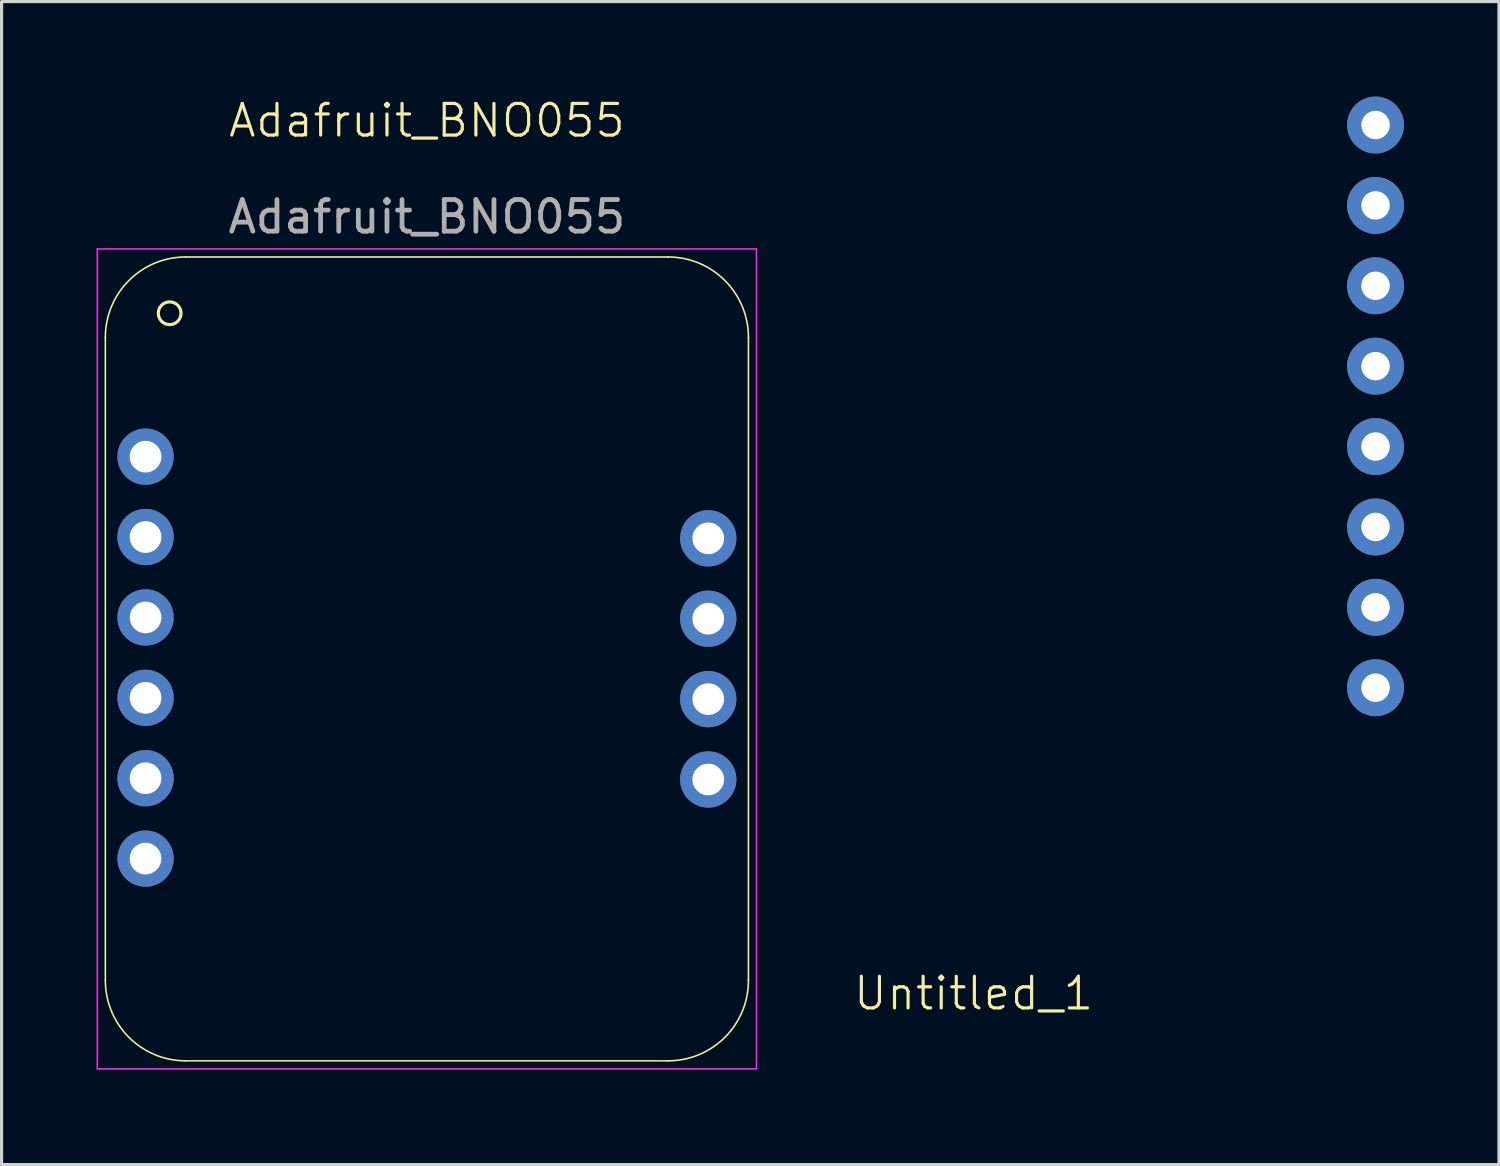
<source format=kicad_pcb>
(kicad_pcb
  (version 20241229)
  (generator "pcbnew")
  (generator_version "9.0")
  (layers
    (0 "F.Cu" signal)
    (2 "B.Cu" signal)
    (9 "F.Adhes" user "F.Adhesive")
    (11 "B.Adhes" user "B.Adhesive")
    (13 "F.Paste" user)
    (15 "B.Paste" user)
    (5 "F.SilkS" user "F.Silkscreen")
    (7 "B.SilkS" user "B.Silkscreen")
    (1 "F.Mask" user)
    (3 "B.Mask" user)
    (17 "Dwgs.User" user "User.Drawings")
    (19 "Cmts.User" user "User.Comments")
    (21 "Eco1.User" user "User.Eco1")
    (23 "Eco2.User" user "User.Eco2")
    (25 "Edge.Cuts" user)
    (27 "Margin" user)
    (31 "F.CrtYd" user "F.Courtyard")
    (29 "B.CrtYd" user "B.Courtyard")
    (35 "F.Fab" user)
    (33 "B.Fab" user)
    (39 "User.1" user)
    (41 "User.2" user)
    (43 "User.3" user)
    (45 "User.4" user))
  (footprint "Untitled_1"
    (layer "F.Cu")
    (at 27.714 28.84)
    (property "Reference" "Untitled_1" (at 0 -0.5 0) (unlocked yes) (layer "F.SilkS") (effects (font (size 1 1) (thickness 0.1))))
    (attr smd)
    (pad "1" thru_hole circle (at 12.7 -27.94) (size 1.8 1.8) (drill 0.9) (layers "*.Cu" "*.Mask"))
    (pad "2" thru_hole circle (at 12.7 -25.4) (size 1.8 1.8) (drill 0.9) (layers "*.Cu" "*.Mask"))
    (pad "3" thru_hole circle (at 12.7 -22.86) (size 1.8 1.8) (drill 0.9) (layers "*.Cu" "*.Mask"))
    (pad "4" thru_hole circle (at 12.7 -20.32) (size 1.8 1.8) (drill 0.9) (layers "*.Cu" "*.Mask"))
    (pad "5" thru_hole circle (at 12.7 -17.78) (size 1.8 1.8) (drill 0.9) (layers "*.Cu" "*.Mask"))
    (pad "6" thru_hole circle (at 12.7 -15.24) (size 1.8 1.8) (drill 0.9) (layers "*.Cu" "*.Mask"))
    (pad "7" thru_hole circle (at 12.7 -12.7) (size 1.8 1.8) (drill 0.9) (layers "*.Cu" "*.Mask"))
    (pad "8" thru_hole circle (at 12.7 -10.16) (size 1.8 1.8) (drill 0.9) (layers "*.Cu" "*.Mask")))
  (footprint "Adafruit_BNO055"
    (layer "F.Cu")
    (at 10.439 17.77)
    (property "Reference" "Adafruit_BNO055" (at 0 -17.01 0) (unlocked yes) (layer "F.SilkS") (effects (font (size 1 1) (thickness 0.1))))
    (attr smd)
    (fp_line (start -10.16 -10.16) (end -10.16 10.16) (stroke (width 0.05) (type solid)) (layer "F.SilkS"))
    (fp_line (start -7.62 12.7) (end 7.62 12.7) (stroke (width 0.05) (type solid)) (layer "F.SilkS"))
    (fp_line (start 7.62 -12.7) (end -7.62 -12.7) (stroke (width 0.05) (type solid)) (layer "F.SilkS"))
    (fp_line (start 10.16 10.16) (end 10.16 -10.16) (stroke (width 0.05) (type solid)) (layer "F.SilkS"))
    (fp_arc (start -10.16 -10.16) (mid -9.416051 -11.956051) (end -7.62 -12.7) (stroke (width 0.05) (type solid)) (layer "F.SilkS"))
    (fp_arc (start -7.62 12.7) (mid -9.416051 11.956051) (end -10.16 10.16) (stroke (width 0.05) (type solid)) (layer "F.SilkS"))
    (fp_arc (start 7.62 -12.7) (mid 9.416051 -11.956051) (end 10.16 -10.16) (stroke (width 0.05) (type solid)) (layer "F.SilkS"))
    (fp_arc (start 10.16 10.16) (mid 9.416051 11.956051) (end 7.62 12.7) (stroke (width 0.05) (type solid)) (layer "F.SilkS"))
    (fp_circle (center -8.128 -10.922) (end -8.382 -10.668) (stroke (width 0.1) (type default)) (fill no) (layer "F.SilkS"))
    (fp_line (start -10.414 -12.954) (end -10.414 12.954) (stroke (width 0.05) (type default)) (layer "F.CrtYd"))
    (fp_line (start -10.414 12.954) (end 10.414 12.954) (stroke (width 0.05) (type default)) (layer "F.CrtYd"))
    (fp_line (start 10.414 -12.954) (end -10.414 -12.954) (stroke (width 0.05) (type default)) (layer "F.CrtYd"))
    (fp_line (start 10.414 12.954) (end 10.414 -12.954) (stroke (width 0.05) (type default)) (layer "F.CrtYd"))
    (fp_text user "${REFERENCE}" (at 0 -13.97 0) (unlocked yes) (layer "F.Fab") (effects (font (size 1 1) (thickness 0.15))))
    (pad "1" thru_hole circle (at -8.89 -6.39) (size 1.778 1.778) (drill 1) (layers "*.Cu" "*.Mask"))
    (pad "2" thru_hole circle (at -8.89 -3.85) (size 1.778 1.778) (drill 1) (layers "*.Cu" "*.Mask"))
    (pad "3" thru_hole circle (at -8.89 -1.31) (size 1.778 1.778) (drill 1) (layers "*.Cu" "*.Mask"))
    (pad "4" thru_hole circle (at -8.89 1.23) (size 1.778 1.778) (drill 1) (layers "*.Cu" "*.Mask"))
    (pad "5" thru_hole circle (at -8.89 3.77) (size 1.778 1.778) (drill 1) (layers "*.Cu" "*.Mask"))
    (pad "6" thru_hole circle (at -8.89 6.31) (size 1.778 1.778) (drill 1) (layers "*.Cu" "*.Mask"))
    (pad "7" thru_hole circle (at 8.89 3.81) (size 1.778 1.778) (drill 1) (layers "*.Cu" "*.Mask"))
    (pad "8" thru_hole circle (at 8.89 1.27) (size 1.778 1.778) (drill 1) (layers "*.Cu" "*.Mask"))
    (pad "9" thru_hole circle (at 8.89 -1.27) (size 1.778 1.778) (drill 1) (layers "*.Cu" "*.Mask"))
    (pad "10" thru_hole circle (at 8.89 -3.81) (size 1.778 1.778) (drill 1) (layers "*.Cu" "*.Mask")))
  (gr_rect
    (start -3 -3)
    (end 44.314 33.749)
    (stroke (width 0.1) (type default))
    (fill no)
    (layer "Edge.Cuts")))
</source>
